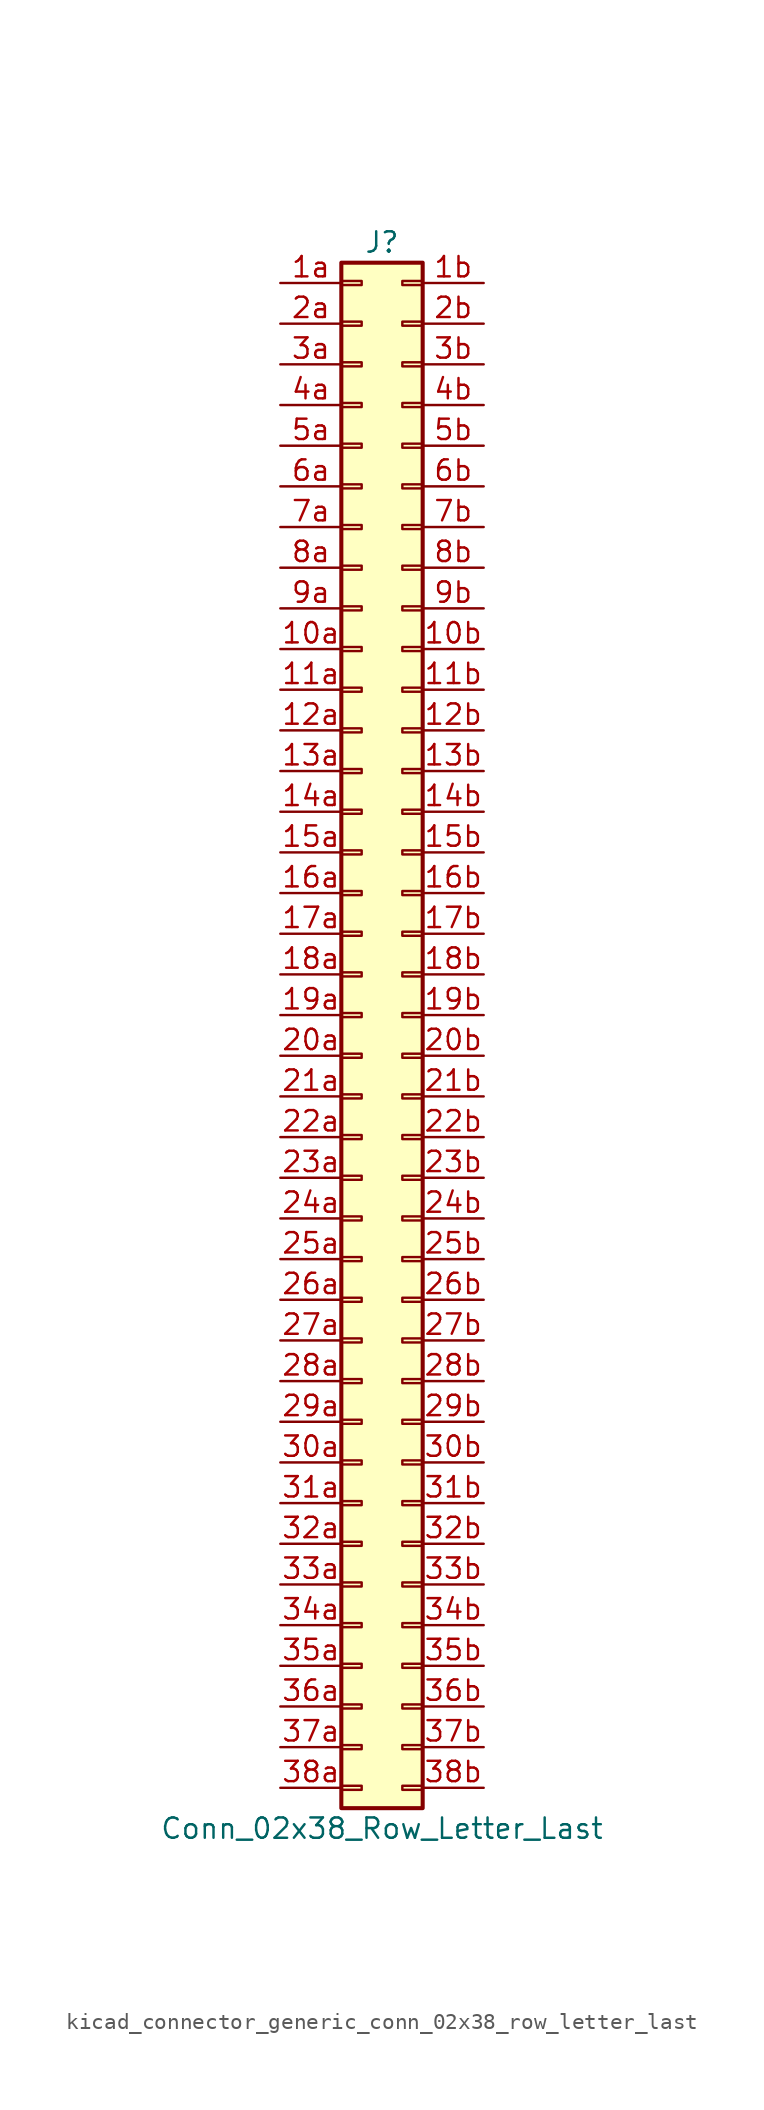
<source format=kicad_sym>
(kicad_symbol_lib
  (version 20220914)
  (generator kicad_symbol_editor)
  (symbol "kicad_connector_generic_conn_02x38_row_letter_last"
    (pin_names
      (offset 1.016) hide)
    (property "Reference" "J"
      (at 1.27 48.26 0)
      (effects (font (size 1.27 1.27))))
    (property "Value" "Conn_02x38_Row_Letter_Last"
      (at 1.27 -50.8 0)
      (effects (font (size 1.27 1.27))))
    (symbol "kicad_connector_generic_conn_02x38_row_letter_last_1_1"
      (rectangle (start -1.27 -48.133) (end 0 -48.387) (stroke (width 0.152) (type default)) (fill (type none)))
      (rectangle (start -1.27 -45.593) (end 0 -45.847) (stroke (width 0.152) (type default)) (fill (type none)))
      (rectangle (start -1.27 -43.053) (end 0 -43.307) (stroke (width 0.152) (type default)) (fill (type none)))
      (rectangle (start -1.27 -40.513) (end 0 -40.767) (stroke (width 0.152) (type default)) (fill (type none)))
      (rectangle (start -1.27 -37.973) (end 0 -38.227) (stroke (width 0.152) (type default)) (fill (type none)))
      (rectangle (start -1.27 -35.433) (end 0 -35.687) (stroke (width 0.152) (type default)) (fill (type none)))
      (rectangle (start -1.27 -32.893) (end 0 -33.147) (stroke (width 0.152) (type default)) (fill (type none)))
      (rectangle (start -1.27 -30.353) (end 0 -30.607) (stroke (width 0.152) (type default)) (fill (type none)))
      (rectangle (start -1.27 -27.813) (end 0 -28.067) (stroke (width 0.152) (type default)) (fill (type none)))
      (rectangle (start -1.27 -25.273) (end 0 -25.527) (stroke (width 0.152) (type default)) (fill (type none)))
      (rectangle (start -1.27 -22.733) (end 0 -22.987) (stroke (width 0.152) (type default)) (fill (type none)))
      (rectangle (start -1.27 -20.193) (end 0 -20.447) (stroke (width 0.152) (type default)) (fill (type none)))
      (rectangle (start -1.27 -17.653) (end 0 -17.907) (stroke (width 0.152) (type default)) (fill (type none)))
      (rectangle (start -1.27 -15.113) (end 0 -15.367) (stroke (width 0.152) (type default)) (fill (type none)))
      (rectangle (start -1.27 -12.573) (end 0 -12.827) (stroke (width 0.152) (type default)) (fill (type none)))
      (rectangle (start -1.27 -10.033) (end 0 -10.287) (stroke (width 0.152) (type default)) (fill (type none)))
      (rectangle (start -1.27 -7.493) (end 0 -7.747) (stroke (width 0.152) (type default)) (fill (type none)))
      (rectangle (start -1.27 -4.953) (end 0 -5.207) (stroke (width 0.152) (type default)) (fill (type none)))
      (rectangle (start -1.27 -2.413) (end 0 -2.667) (stroke (width 0.152) (type default)) (fill (type none)))
      (rectangle (start -1.27 0.127) (end 0 -0.127) (stroke (width 0.152) (type default)) (fill (type none)))
      (rectangle (start -1.27 2.667) (end 0 2.413) (stroke (width 0.152) (type default)) (fill (type none)))
      (rectangle (start -1.27 5.207) (end 0 4.953) (stroke (width 0.152) (type default)) (fill (type none)))
      (rectangle (start -1.27 7.747) (end 0 7.493) (stroke (width 0.152) (type default)) (fill (type none)))
      (rectangle (start -1.27 10.287) (end 0 10.033) (stroke (width 0.152) (type default)) (fill (type none)))
      (rectangle (start -1.27 12.827) (end 0 12.573) (stroke (width 0.152) (type default)) (fill (type none)))
      (rectangle (start -1.27 15.367) (end 0 15.113) (stroke (width 0.152) (type default)) (fill (type none)))
      (rectangle (start -1.27 17.907) (end 0 17.653) (stroke (width 0.152) (type default)) (fill (type none)))
      (rectangle (start -1.27 20.447) (end 0 20.193) (stroke (width 0.152) (type default)) (fill (type none)))
      (rectangle (start -1.27 22.987) (end 0 22.733) (stroke (width 0.152) (type default)) (fill (type none)))
      (rectangle (start -1.27 25.527) (end 0 25.273) (stroke (width 0.152) (type default)) (fill (type none)))
      (rectangle (start -1.27 28.067) (end 0 27.813) (stroke (width 0.152) (type default)) (fill (type none)))
      (rectangle (start -1.27 30.607) (end 0 30.353) (stroke (width 0.152) (type default)) (fill (type none)))
      (rectangle (start -1.27 33.147) (end 0 32.893) (stroke (width 0.152) (type default)) (fill (type none)))
      (rectangle (start -1.27 35.687) (end 0 35.433) (stroke (width 0.152) (type default)) (fill (type none)))
      (rectangle (start -1.27 38.227) (end 0 37.973) (stroke (width 0.152) (type default)) (fill (type none)))
      (rectangle (start -1.27 40.767) (end 0 40.513) (stroke (width 0.152) (type default)) (fill (type none)))
      (rectangle (start -1.27 43.307) (end 0 43.053) (stroke (width 0.152) (type default)) (fill (type none)))
      (rectangle (start -1.27 45.847) (end 0 45.593) (stroke (width 0.152) (type default)) (fill (type none)))
      (rectangle (start -1.27 46.99) (end 3.81 -49.53) (stroke (width 0.254) (type default)) (fill (type background)))
      (rectangle (start 3.81 -48.133) (end 2.54 -48.387) (stroke (width 0.152) (type default)) (fill (type none)))
      (rectangle (start 3.81 -45.593) (end 2.54 -45.847) (stroke (width 0.152) (type default)) (fill (type none)))
      (rectangle (start 3.81 -43.053) (end 2.54 -43.307) (stroke (width 0.152) (type default)) (fill (type none)))
      (rectangle (start 3.81 -40.513) (end 2.54 -40.767) (stroke (width 0.152) (type default)) (fill (type none)))
      (rectangle (start 3.81 -37.973) (end 2.54 -38.227) (stroke (width 0.152) (type default)) (fill (type none)))
      (rectangle (start 3.81 -35.433) (end 2.54 -35.687) (stroke (width 0.152) (type default)) (fill (type none)))
      (rectangle (start 3.81 -32.893) (end 2.54 -33.147) (stroke (width 0.152) (type default)) (fill (type none)))
      (rectangle (start 3.81 -30.353) (end 2.54 -30.607) (stroke (width 0.152) (type default)) (fill (type none)))
      (rectangle (start 3.81 -27.813) (end 2.54 -28.067) (stroke (width 0.152) (type default)) (fill (type none)))
      (rectangle (start 3.81 -25.273) (end 2.54 -25.527) (stroke (width 0.152) (type default)) (fill (type none)))
      (rectangle (start 3.81 -22.733) (end 2.54 -22.987) (stroke (width 0.152) (type default)) (fill (type none)))
      (rectangle (start 3.81 -20.193) (end 2.54 -20.447) (stroke (width 0.152) (type default)) (fill (type none)))
      (rectangle (start 3.81 -17.653) (end 2.54 -17.907) (stroke (width 0.152) (type default)) (fill (type none)))
      (rectangle (start 3.81 -15.113) (end 2.54 -15.367) (stroke (width 0.152) (type default)) (fill (type none)))
      (rectangle (start 3.81 -12.573) (end 2.54 -12.827) (stroke (width 0.152) (type default)) (fill (type none)))
      (rectangle (start 3.81 -10.033) (end 2.54 -10.287) (stroke (width 0.152) (type default)) (fill (type none)))
      (rectangle (start 3.81 -7.493) (end 2.54 -7.747) (stroke (width 0.152) (type default)) (fill (type none)))
      (rectangle (start 3.81 -4.953) (end 2.54 -5.207) (stroke (width 0.152) (type default)) (fill (type none)))
      (rectangle (start 3.81 -2.413) (end 2.54 -2.667) (stroke (width 0.152) (type default)) (fill (type none)))
      (rectangle (start 3.81 0.127) (end 2.54 -0.127) (stroke (width 0.152) (type default)) (fill (type none)))
      (rectangle (start 3.81 2.667) (end 2.54 2.413) (stroke (width 0.152) (type default)) (fill (type none)))
      (rectangle (start 3.81 5.207) (end 2.54 4.953) (stroke (width 0.152) (type default)) (fill (type none)))
      (rectangle (start 3.81 7.747) (end 2.54 7.493) (stroke (width 0.152) (type default)) (fill (type none)))
      (rectangle (start 3.81 10.287) (end 2.54 10.033) (stroke (width 0.152) (type default)) (fill (type none)))
      (rectangle (start 3.81 12.827) (end 2.54 12.573) (stroke (width 0.152) (type default)) (fill (type none)))
      (rectangle (start 3.81 15.367) (end 2.54 15.113) (stroke (width 0.152) (type default)) (fill (type none)))
      (rectangle (start 3.81 17.907) (end 2.54 17.653) (stroke (width 0.152) (type default)) (fill (type none)))
      (rectangle (start 3.81 20.447) (end 2.54 20.193) (stroke (width 0.152) (type default)) (fill (type none)))
      (rectangle (start 3.81 22.987) (end 2.54 22.733) (stroke (width 0.152) (type default)) (fill (type none)))
      (rectangle (start 3.81 25.527) (end 2.54 25.273) (stroke (width 0.152) (type default)) (fill (type none)))
      (rectangle (start 3.81 28.067) (end 2.54 27.813) (stroke (width 0.152) (type default)) (fill (type none)))
      (rectangle (start 3.81 30.607) (end 2.54 30.353) (stroke (width 0.152) (type default)) (fill (type none)))
      (rectangle (start 3.81 33.147) (end 2.54 32.893) (stroke (width 0.152) (type default)) (fill (type none)))
      (rectangle (start 3.81 35.687) (end 2.54 35.433) (stroke (width 0.152) (type default)) (fill (type none)))
      (rectangle (start 3.81 38.227) (end 2.54 37.973) (stroke (width 0.152) (type default)) (fill (type none)))
      (rectangle (start 3.81 40.767) (end 2.54 40.513) (stroke (width 0.152) (type default)) (fill (type none)))
      (rectangle (start 3.81 43.307) (end 2.54 43.053) (stroke (width 0.152) (type default)) (fill (type none)))
      (rectangle (start 3.81 45.847) (end 2.54 45.593) (stroke (width 0.152) (type default)) (fill (type none)))
      (pin passive line (at -5.08 22.86 0) (length 3.81) (name "Pin_10a" (effects (font (size 1.27 1.27)))) (number "10a" (effects (font (size 1.27 1.27)))))
      (pin passive line (at 7.62 22.86 180) (length 3.81) (name "Pin_10b" (effects (font (size 1.27 1.27)))) (number "10b" (effects (font (size 1.27 1.27)))))
      (pin passive line (at -5.08 20.32 0) (length 3.81) (name "Pin_11a" (effects (font (size 1.27 1.27)))) (number "11a" (effects (font (size 1.27 1.27)))))
      (pin passive line (at 7.62 20.32 180) (length 3.81) (name "Pin_11b" (effects (font (size 1.27 1.27)))) (number "11b" (effects (font (size 1.27 1.27)))))
      (pin passive line (at -5.08 17.78 0) (length 3.81) (name "Pin_12a" (effects (font (size 1.27 1.27)))) (number "12a" (effects (font (size 1.27 1.27)))))
      (pin passive line (at 7.62 17.78 180) (length 3.81) (name "Pin_12b" (effects (font (size 1.27 1.27)))) (number "12b" (effects (font (size 1.27 1.27)))))
      (pin passive line (at -5.08 15.24 0) (length 3.81) (name "Pin_13a" (effects (font (size 1.27 1.27)))) (number "13a" (effects (font (size 1.27 1.27)))))
      (pin passive line (at 7.62 15.24 180) (length 3.81) (name "Pin_13b" (effects (font (size 1.27 1.27)))) (number "13b" (effects (font (size 1.27 1.27)))))
      (pin passive line (at -5.08 12.7 0) (length 3.81) (name "Pin_14a" (effects (font (size 1.27 1.27)))) (number "14a" (effects (font (size 1.27 1.27)))))
      (pin passive line (at 7.62 12.7 180) (length 3.81) (name "Pin_14b" (effects (font (size 1.27 1.27)))) (number "14b" (effects (font (size 1.27 1.27)))))
      (pin passive line (at -5.08 10.16 0) (length 3.81) (name "Pin_15a" (effects (font (size 1.27 1.27)))) (number "15a" (effects (font (size 1.27 1.27)))))
      (pin passive line (at 7.62 10.16 180) (length 3.81) (name "Pin_15b" (effects (font (size 1.27 1.27)))) (number "15b" (effects (font (size 1.27 1.27)))))
      (pin passive line (at -5.08 7.62 0) (length 3.81) (name "Pin_16a" (effects (font (size 1.27 1.27)))) (number "16a" (effects (font (size 1.27 1.27)))))
      (pin passive line (at 7.62 7.62 180) (length 3.81) (name "Pin_16b" (effects (font (size 1.27 1.27)))) (number "16b" (effects (font (size 1.27 1.27)))))
      (pin passive line (at -5.08 5.08 0) (length 3.81) (name "Pin_17a" (effects (font (size 1.27 1.27)))) (number "17a" (effects (font (size 1.27 1.27)))))
      (pin passive line (at 7.62 5.08 180) (length 3.81) (name "Pin_17b" (effects (font (size 1.27 1.27)))) (number "17b" (effects (font (size 1.27 1.27)))))
      (pin passive line (at -5.08 2.54 0) (length 3.81) (name "Pin_18a" (effects (font (size 1.27 1.27)))) (number "18a" (effects (font (size 1.27 1.27)))))
      (pin passive line (at 7.62 2.54 180) (length 3.81) (name "Pin_18b" (effects (font (size 1.27 1.27)))) (number "18b" (effects (font (size 1.27 1.27)))))
      (pin passive line (at -5.08 0 0) (length 3.81) (name "Pin_19a" (effects (font (size 1.27 1.27)))) (number "19a" (effects (font (size 1.27 1.27)))))
      (pin passive line (at 7.62 0 180) (length 3.81) (name "Pin_19b" (effects (font (size 1.27 1.27)))) (number "19b" (effects (font (size 1.27 1.27)))))
      (pin passive line (at -5.08 45.72 0) (length 3.81) (name "Pin_1a" (effects (font (size 1.27 1.27)))) (number "1a" (effects (font (size 1.27 1.27)))))
      (pin passive line (at 7.62 45.72 180) (length 3.81) (name "Pin_1b" (effects (font (size 1.27 1.27)))) (number "1b" (effects (font (size 1.27 1.27)))))
      (pin passive line (at -5.08 -2.54 0) (length 3.81) (name "Pin_20a" (effects (font (size 1.27 1.27)))) (number "20a" (effects (font (size 1.27 1.27)))))
      (pin passive line (at 7.62 -2.54 180) (length 3.81) (name "Pin_20b" (effects (font (size 1.27 1.27)))) (number "20b" (effects (font (size 1.27 1.27)))))
      (pin passive line (at -5.08 -5.08 0) (length 3.81) (name "Pin_21a" (effects (font (size 1.27 1.27)))) (number "21a" (effects (font (size 1.27 1.27)))))
      (pin passive line (at 7.62 -5.08 180) (length 3.81) (name "Pin_21b" (effects (font (size 1.27 1.27)))) (number "21b" (effects (font (size 1.27 1.27)))))
      (pin passive line (at -5.08 -7.62 0) (length 3.81) (name "Pin_22a" (effects (font (size 1.27 1.27)))) (number "22a" (effects (font (size 1.27 1.27)))))
      (pin passive line (at 7.62 -7.62 180) (length 3.81) (name "Pin_22b" (effects (font (size 1.27 1.27)))) (number "22b" (effects (font (size 1.27 1.27)))))
      (pin passive line (at -5.08 -10.16 0) (length 3.81) (name "Pin_23a" (effects (font (size 1.27 1.27)))) (number "23a" (effects (font (size 1.27 1.27)))))
      (pin passive line (at 7.62 -10.16 180) (length 3.81) (name "Pin_23b" (effects (font (size 1.27 1.27)))) (number "23b" (effects (font (size 1.27 1.27)))))
      (pin passive line (at -5.08 -12.7 0) (length 3.81) (name "Pin_24a" (effects (font (size 1.27 1.27)))) (number "24a" (effects (font (size 1.27 1.27)))))
      (pin passive line (at 7.62 -12.7 180) (length 3.81) (name "Pin_24b" (effects (font (size 1.27 1.27)))) (number "24b" (effects (font (size 1.27 1.27)))))
      (pin passive line (at -5.08 -15.24 0) (length 3.81) (name "Pin_25a" (effects (font (size 1.27 1.27)))) (number "25a" (effects (font (size 1.27 1.27)))))
      (pin passive line (at 7.62 -15.24 180) (length 3.81) (name "Pin_25b" (effects (font (size 1.27 1.27)))) (number "25b" (effects (font (size 1.27 1.27)))))
      (pin passive line (at -5.08 -17.78 0) (length 3.81) (name "Pin_26a" (effects (font (size 1.27 1.27)))) (number "26a" (effects (font (size 1.27 1.27)))))
      (pin passive line (at 7.62 -17.78 180) (length 3.81) (name "Pin_26b" (effects (font (size 1.27 1.27)))) (number "26b" (effects (font (size 1.27 1.27)))))
      (pin passive line (at -5.08 -20.32 0) (length 3.81) (name "Pin_27a" (effects (font (size 1.27 1.27)))) (number "27a" (effects (font (size 1.27 1.27)))))
      (pin passive line (at 7.62 -20.32 180) (length 3.81) (name "Pin_27b" (effects (font (size 1.27 1.27)))) (number "27b" (effects (font (size 1.27 1.27)))))
      (pin passive line (at -5.08 -22.86 0) (length 3.81) (name "Pin_28a" (effects (font (size 1.27 1.27)))) (number "28a" (effects (font (size 1.27 1.27)))))
      (pin passive line (at 7.62 -22.86 180) (length 3.81) (name "Pin_28b" (effects (font (size 1.27 1.27)))) (number "28b" (effects (font (size 1.27 1.27)))))
      (pin passive line (at -5.08 -25.4 0) (length 3.81) (name "Pin_29a" (effects (font (size 1.27 1.27)))) (number "29a" (effects (font (size 1.27 1.27)))))
      (pin passive line (at 7.62 -25.4 180) (length 3.81) (name "Pin_29b" (effects (font (size 1.27 1.27)))) (number "29b" (effects (font (size 1.27 1.27)))))
      (pin passive line (at -5.08 43.18 0) (length 3.81) (name "Pin_2a" (effects (font (size 1.27 1.27)))) (number "2a" (effects (font (size 1.27 1.27)))))
      (pin passive line (at 7.62 43.18 180) (length 3.81) (name "Pin_2b" (effects (font (size 1.27 1.27)))) (number "2b" (effects (font (size 1.27 1.27)))))
      (pin passive line (at -5.08 -27.94 0) (length 3.81) (name "Pin_30a" (effects (font (size 1.27 1.27)))) (number "30a" (effects (font (size 1.27 1.27)))))
      (pin passive line (at 7.62 -27.94 180) (length 3.81) (name "Pin_30b" (effects (font (size 1.27 1.27)))) (number "30b" (effects (font (size 1.27 1.27)))))
      (pin passive line (at -5.08 -30.48 0) (length 3.81) (name "Pin_31a" (effects (font (size 1.27 1.27)))) (number "31a" (effects (font (size 1.27 1.27)))))
      (pin passive line (at 7.62 -30.48 180) (length 3.81) (name "Pin_31b" (effects (font (size 1.27 1.27)))) (number "31b" (effects (font (size 1.27 1.27)))))
      (pin passive line (at -5.08 -33.02 0) (length 3.81) (name "Pin_32a" (effects (font (size 1.27 1.27)))) (number "32a" (effects (font (size 1.27 1.27)))))
      (pin passive line (at 7.62 -33.02 180) (length 3.81) (name "Pin_32b" (effects (font (size 1.27 1.27)))) (number "32b" (effects (font (size 1.27 1.27)))))
      (pin passive line (at -5.08 -35.56 0) (length 3.81) (name "Pin_33a" (effects (font (size 1.27 1.27)))) (number "33a" (effects (font (size 1.27 1.27)))))
      (pin passive line (at 7.62 -35.56 180) (length 3.81) (name "Pin_33b" (effects (font (size 1.27 1.27)))) (number "33b" (effects (font (size 1.27 1.27)))))
      (pin passive line (at -5.08 -38.1 0) (length 3.81) (name "Pin_34a" (effects (font (size 1.27 1.27)))) (number "34a" (effects (font (size 1.27 1.27)))))
      (pin passive line (at 7.62 -38.1 180) (length 3.81) (name "Pin_34b" (effects (font (size 1.27 1.27)))) (number "34b" (effects (font (size 1.27 1.27)))))
      (pin passive line (at -5.08 -40.64 0) (length 3.81) (name "Pin_35a" (effects (font (size 1.27 1.27)))) (number "35a" (effects (font (size 1.27 1.27)))))
      (pin passive line (at 7.62 -40.64 180) (length 3.81) (name "Pin_35b" (effects (font (size 1.27 1.27)))) (number "35b" (effects (font (size 1.27 1.27)))))
      (pin passive line (at -5.08 -43.18 0) (length 3.81) (name "Pin_36a" (effects (font (size 1.27 1.27)))) (number "36a" (effects (font (size 1.27 1.27)))))
      (pin passive line (at 7.62 -43.18 180) (length 3.81) (name "Pin_36b" (effects (font (size 1.27 1.27)))) (number "36b" (effects (font (size 1.27 1.27)))))
      (pin passive line (at -5.08 -45.72 0) (length 3.81) (name "Pin_37a" (effects (font (size 1.27 1.27)))) (number "37a" (effects (font (size 1.27 1.27)))))
      (pin passive line (at 7.62 -45.72 180) (length 3.81) (name "Pin_37b" (effects (font (size 1.27 1.27)))) (number "37b" (effects (font (size 1.27 1.27)))))
      (pin passive line (at -5.08 -48.26 0) (length 3.81) (name "Pin_38a" (effects (font (size 1.27 1.27)))) (number "38a" (effects (font (size 1.27 1.27)))))
      (pin passive line (at 7.62 -48.26 180) (length 3.81) (name "Pin_38b" (effects (font (size 1.27 1.27)))) (number "38b" (effects (font (size 1.27 1.27)))))
      (pin passive line (at -5.08 40.64 0) (length 3.81) (name "Pin_3a" (effects (font (size 1.27 1.27)))) (number "3a" (effects (font (size 1.27 1.27)))))
      (pin passive line (at 7.62 40.64 180) (length 3.81) (name "Pin_3b" (effects (font (size 1.27 1.27)))) (number "3b" (effects (font (size 1.27 1.27)))))
      (pin passive line (at -5.08 38.1 0) (length 3.81) (name "Pin_4a" (effects (font (size 1.27 1.27)))) (number "4a" (effects (font (size 1.27 1.27)))))
      (pin passive line (at 7.62 38.1 180) (length 3.81) (name "Pin_4b" (effects (font (size 1.27 1.27)))) (number "4b" (effects (font (size 1.27 1.27)))))
      (pin passive line (at -5.08 35.56 0) (length 3.81) (name "Pin_5a" (effects (font (size 1.27 1.27)))) (number "5a" (effects (font (size 1.27 1.27)))))
      (pin passive line (at 7.62 35.56 180) (length 3.81) (name "Pin_5b" (effects (font (size 1.27 1.27)))) (number "5b" (effects (font (size 1.27 1.27)))))
      (pin passive line (at -5.08 33.02 0) (length 3.81) (name "Pin_6a" (effects (font (size 1.27 1.27)))) (number "6a" (effects (font (size 1.27 1.27)))))
      (pin passive line (at 7.62 33.02 180) (length 3.81) (name "Pin_6b" (effects (font (size 1.27 1.27)))) (number "6b" (effects (font (size 1.27 1.27)))))
      (pin passive line (at -5.08 30.48 0) (length 3.81) (name "Pin_7a" (effects (font (size 1.27 1.27)))) (number "7a" (effects (font (size 1.27 1.27)))))
      (pin passive line (at 7.62 30.48 180) (length 3.81) (name "Pin_7b" (effects (font (size 1.27 1.27)))) (number "7b" (effects (font (size 1.27 1.27)))))
      (pin passive line (at -5.08 27.94 0) (length 3.81) (name "Pin_8a" (effects (font (size 1.27 1.27)))) (number "8a" (effects (font (size 1.27 1.27)))))
      (pin passive line (at 7.62 27.94 180) (length 3.81) (name "Pin_8b" (effects (font (size 1.27 1.27)))) (number "8b" (effects (font (size 1.27 1.27)))))
      (pin passive line (at -5.08 25.4 0) (length 3.81) (name "Pin_9a" (effects (font (size 1.27 1.27)))) (number "9a" (effects (font (size 1.27 1.27)))))
      (pin passive line (at 7.62 25.4 180) (length 3.81) (name "Pin_9b" (effects (font (size 1.27 1.27)))) (number "9b" (effects (font (size 1.27 1.27))))))))
</source>
